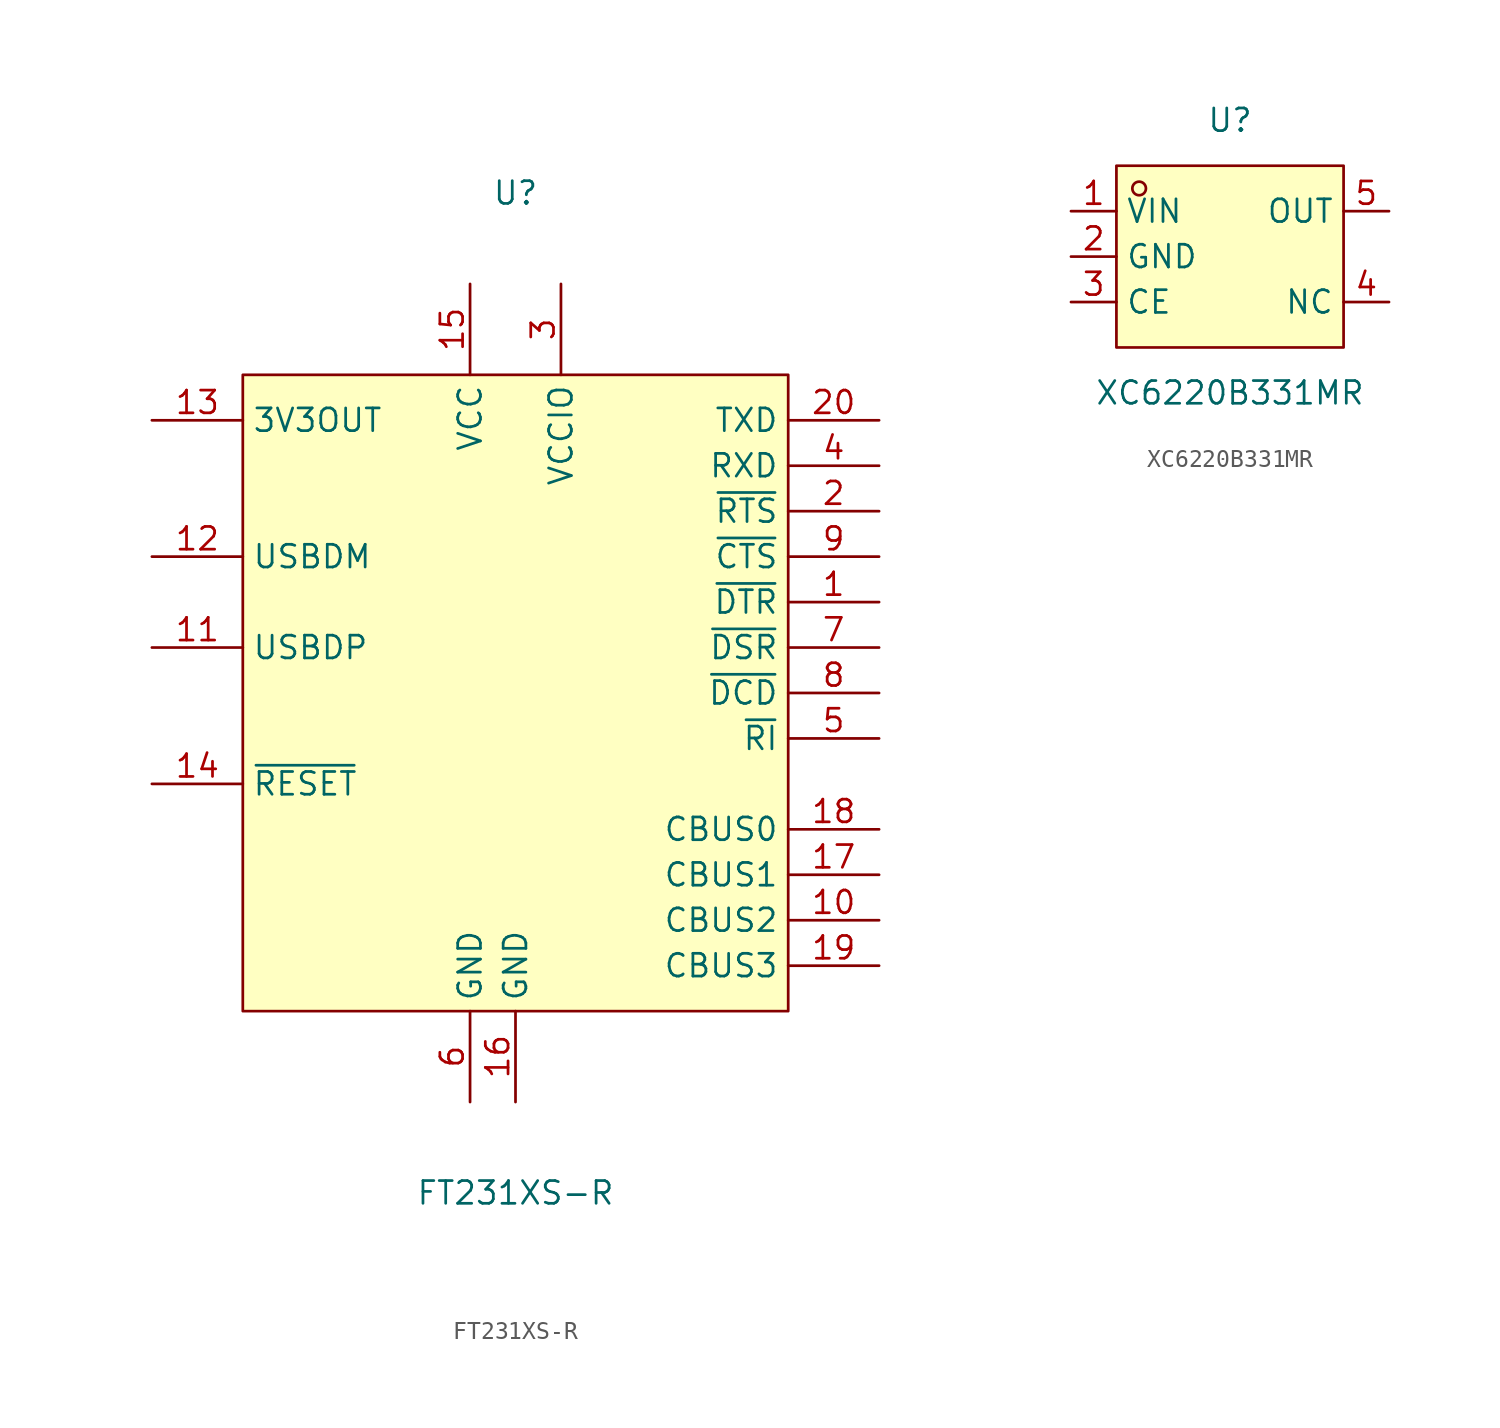
<source format=kicad_sym>
(kicad_symbol_lib
  (version 20211014)
  (generator https://github.com/uPesy/easyeda2kicad.py)
  (symbol "FT231XS-R"
    (property "Reference" "U"
      (at 0 27.94 0)
      (effects (font (size 1.27 1.27))))
    (property "Value" "FT231XS-R"
      (at 0 -27.94 0)
      (effects (font (size 1.27 1.27))))
    (symbol "FT231XS-R_0_1"
      (rectangle (start -15.24 17.78) (end 15.24 -17.78) (stroke (width 0) (type default) (color 0 0 0 0)) (fill (type background)))
      (pin power_in line (at -2.54 22.86 270) (length 5.08) (name "VCC" (effects (font (size 1.27 1.27)))) (number "15" (effects (font (size 1.27 1.27)))))
      (pin power_in line (at 2.54 22.86 270) (length 5.08) (name "VCCIO" (effects (font (size 1.27 1.27)))) (number "3" (effects (font (size 1.27 1.27)))))
      (pin power_in line (at -20.32 15.24 0) (length 5.08) (name "3V3OUT" (effects (font (size 1.27 1.27)))) (number "13" (effects (font (size 1.27 1.27)))))
      (pin power_in line (at -2.54 -22.86 90) (length 5.08) (name "GND" (effects (font (size 1.27 1.27)))) (number "6" (effects (font (size 1.27 1.27)))))
      (pin power_in line (at 0.00 -22.86 90) (length 5.08) (name "GND" (effects (font (size 1.27 1.27)))) (number "16" (effects (font (size 1.27 1.27)))))
      (pin unspecified line (at -20.32 2.54 0) (length 5.08) (name "USBDP" (effects (font (size 1.27 1.27)))) (number "11" (effects (font (size 1.27 1.27)))))
      (pin unspecified line (at -20.32 -5.08 0) (length 5.08) (name "~{RESET}" (effects (font (size 1.27 1.27)))) (number "14" (effects (font (size 1.27 1.27)))))
      (pin output line (at 20.32 15.24 180) (length 5.08) (name "TXD" (effects (font (size 1.27 1.27)))) (number "20" (effects (font (size 1.27 1.27)))))
      (pin unspecified line (at 20.32 12.70 180) (length 5.08) (name "RXD" (effects (font (size 1.27 1.27)))) (number "4" (effects (font (size 1.27 1.27)))))
      (pin output line (at 20.32 10.16 180) (length 5.08) (name "~{RTS}" (effects (font (size 1.27 1.27)))) (number "2" (effects (font (size 1.27 1.27)))))
      (pin unspecified line (at 20.32 7.62 180) (length 5.08) (name "~{CTS}" (effects (font (size 1.27 1.27)))) (number "9" (effects (font (size 1.27 1.27)))))
      (pin output line (at 20.32 5.08 180) (length 5.08) (name "~{DTR}" (effects (font (size 1.27 1.27)))) (number "1" (effects (font (size 1.27 1.27)))))
      (pin unspecified line (at 20.32 2.54 180) (length 5.08) (name "~{DSR}" (effects (font (size 1.27 1.27)))) (number "7" (effects (font (size 1.27 1.27)))))
      (pin unspecified line (at 20.32 -0.00 180) (length 5.08) (name "~{DCD}" (effects (font (size 1.27 1.27)))) (number "8" (effects (font (size 1.27 1.27)))))
      (pin unspecified line (at 20.32 -2.54 180) (length 5.08) (name "~{RI}" (effects (font (size 1.27 1.27)))) (number "5" (effects (font (size 1.27 1.27)))))
      (pin bidirectional line (at 20.32 -7.62 180) (length 5.08) (name "CBUS0" (effects (font (size 1.27 1.27)))) (number "18" (effects (font (size 1.27 1.27)))))
      (pin bidirectional line (at 20.32 -10.16 180) (length 5.08) (name "CBUS1" (effects (font (size 1.27 1.27)))) (number "17" (effects (font (size 1.27 1.27)))))
      (pin bidirectional line (at 20.32 -12.70 180) (length 5.08) (name "CBUS2" (effects (font (size 1.27 1.27)))) (number "10" (effects (font (size 1.27 1.27)))))
      (pin bidirectional line (at 20.32 -15.24 180) (length 5.08) (name "CBUS3" (effects (font (size 1.27 1.27)))) (number "19" (effects (font (size 1.27 1.27)))))
      (pin unspecified line (at -20.32 7.62 0) (length 5.08) (name "USBDM" (effects (font (size 1.27 1.27)))) (number "12" (effects (font (size 1.27 1.27)))))))
  (symbol "XC6220B331MR"
    (property "Reference" "U"
      (at 0 7.62 0)
      (effects (font (size 1.27 1.27))))
    (property "Value" "XC6220B331MR"
      (at 0 -7.62 0)
      (effects (font (size 1.27 1.27))))
    (symbol "XC6220B331MR_0_1"
      (rectangle (start -6.35 5.08) (end 6.35 -5.08) (stroke (width 0) (type default) (color 0 0 0 0)) (fill (type background)))
      (circle (center -5.08 3.81) (radius 0.38) (stroke (width 0) (type default) (color 0 0 0 0)) (fill (type none)))
      (pin unspecified line (at -8.89 2.54 0) (length 2.54) (name "VIN" (effects (font (size 1.27 1.27)))) (number "1" (effects (font (size 1.27 1.27)))))
      (pin unspecified line (at -8.89 -0.00 0) (length 2.54) (name "GND" (effects (font (size 1.27 1.27)))) (number "2" (effects (font (size 1.27 1.27)))))
      (pin unspecified line (at -8.89 -2.54 0) (length 2.54) (name "CE" (effects (font (size 1.27 1.27)))) (number "3" (effects (font (size 1.27 1.27)))))
      (pin unspecified line (at 8.89 -2.54 180) (length 2.54) (name "NC" (effects (font (size 1.27 1.27)))) (number "4" (effects (font (size 1.27 1.27)))))
      (pin unspecified line (at 8.89 2.54 180) (length 2.54) (name "OUT" (effects (font (size 1.27 1.27)))) (number "5" (effects (font (size 1.27 1.27))))))))
</source>
